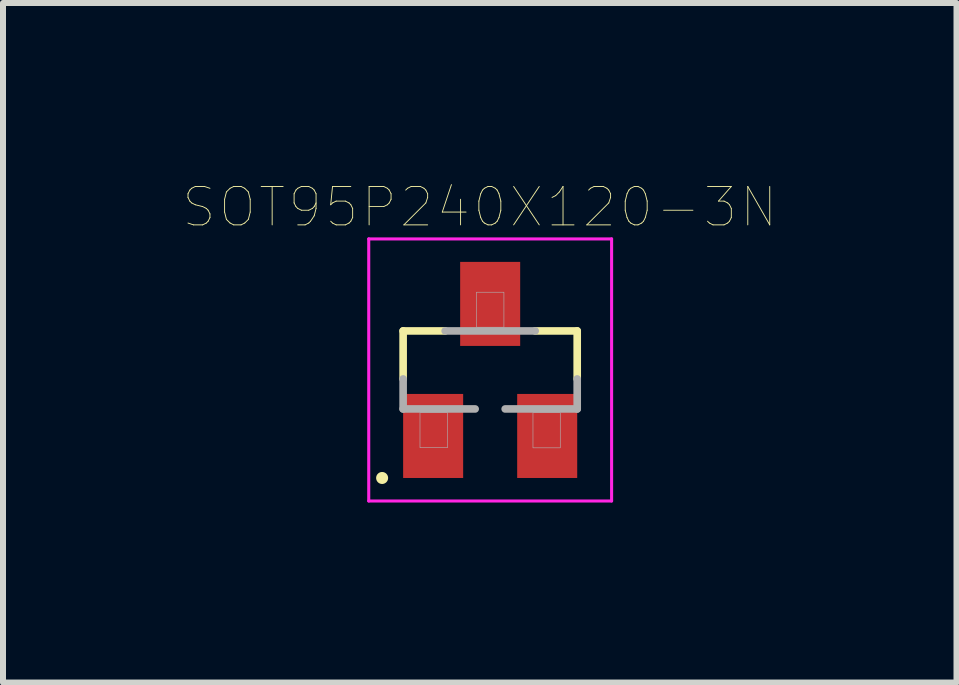
<source format=kicad_pcb>
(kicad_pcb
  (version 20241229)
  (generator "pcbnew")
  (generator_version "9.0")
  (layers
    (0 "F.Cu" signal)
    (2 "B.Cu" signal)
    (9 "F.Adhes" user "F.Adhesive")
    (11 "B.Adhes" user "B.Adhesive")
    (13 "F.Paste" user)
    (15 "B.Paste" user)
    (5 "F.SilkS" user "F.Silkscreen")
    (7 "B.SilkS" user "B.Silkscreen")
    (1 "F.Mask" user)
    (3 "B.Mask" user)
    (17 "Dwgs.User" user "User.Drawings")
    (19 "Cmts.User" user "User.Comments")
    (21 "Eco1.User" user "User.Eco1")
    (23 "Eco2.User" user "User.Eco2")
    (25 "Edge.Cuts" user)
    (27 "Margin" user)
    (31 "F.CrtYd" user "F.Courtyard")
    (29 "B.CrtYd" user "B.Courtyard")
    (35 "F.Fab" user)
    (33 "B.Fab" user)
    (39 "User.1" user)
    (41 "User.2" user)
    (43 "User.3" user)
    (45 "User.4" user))
  (footprint "SOT95P240X120-3N"
    (layer "F.Cu")
    (at 5.116 3.113)
    (property "Reference" "SOT95P240X120-3N" (at -0.173 -2.712 0) (layer "F.SilkS") (effects (font (size 0.64 0.64) (thickness 0.015))))
    (attr through_hole)
    (fp_line (start -1.45 -0.65) (end -1.45 0.15) (stroke (width 0.127) (type solid)) (layer "F.SilkS"))
    (fp_line (start -1.45 -0.65) (end -0.75 -0.65) (stroke (width 0.127) (type solid)) (layer "F.SilkS"))
    (fp_line (start 1.45 -0.65) (end 0.75 -0.65) (stroke (width 0.127) (type solid)) (layer "F.SilkS"))
    (fp_line (start 1.45 -0.65) (end 1.45 0.15) (stroke (width 0.127) (type solid)) (layer "F.SilkS"))
    (fp_circle (center -1.8 1.8) (end -1.7 1.8) (stroke (width 0) (type solid)) (fill yes) (layer "F.SilkS"))
    (fp_line (start -2.023 -2.183) (end 2.023 -2.183) (stroke (width 0.051) (type solid)) (layer "F.CrtYd"))
    (fp_line (start -2.023 2.183) (end -2.023 -2.183) (stroke (width 0.051) (type solid)) (layer "F.CrtYd"))
    (fp_line (start 2.023 -2.183) (end 2.023 2.183) (stroke (width 0.051) (type solid)) (layer "F.CrtYd"))
    (fp_line (start 2.023 2.183) (end -2.023 2.183) (stroke (width 0.051) (type solid)) (layer "F.CrtYd"))
    (fp_line (start -1.45 0.15) (end -1.45 0.65) (stroke (width 0.127) (type solid)) (layer "F.Fab"))
    (fp_line (start -1.45 0.65) (end -0.25 0.65) (stroke (width 0.127) (type solid)) (layer "F.Fab"))
    (fp_line (start -0.75 -0.65) (end 0.75 -0.65) (stroke (width 0.127) (type solid)) (layer "F.Fab"))
    (fp_line (start 0.25 0.65) (end 1.45 0.65) (stroke (width 0.127) (type solid)) (layer "F.Fab"))
    (fp_line (start 1.45 0.65) (end 1.45 0.15) (stroke (width 0.127) (type solid)) (layer "F.Fab"))
    (fp_poly (pts (xy -1.169 0.711) (xy -0.711 0.711) (xy -0.711 1.296) (xy -1.169 1.296)) (stroke (width 0.01) (type solid)) (fill no) (layer "F.Fab"))
    (fp_poly (pts (xy -0.229 -1.295) (xy 0.229 -1.295) (xy 0.229 -0.711) (xy -0.229 -0.711)) (stroke (width 0.01) (type solid)) (fill no) (layer "F.Fab"))
    (fp_poly (pts (xy 0.713 0.711) (xy 1.168 0.711) (xy 1.168 1.298) (xy 0.713 1.298)) (stroke (width 0.01) (type solid)) (fill no) (layer "F.Fab"))
    (pad "1" smd rect (at -0.95 1.1) (size 1 1.4) (layers "F.Cu" "F.Mask" "F.Paste"))
    (pad "2" smd rect (at 0.95 1.1) (size 1 1.4) (layers "F.Cu" "F.Mask" "F.Paste"))
    (pad "3" smd rect (at 0 -1.1) (size 1 1.4) (layers "F.Cu" "F.Mask" "F.Paste")))
  (gr_rect
    (start -3 -3)
    (end 12.885 8.321)
    (stroke (width 0.1) (type default))
    (fill no)
    (layer "Edge.Cuts")))
</source>
